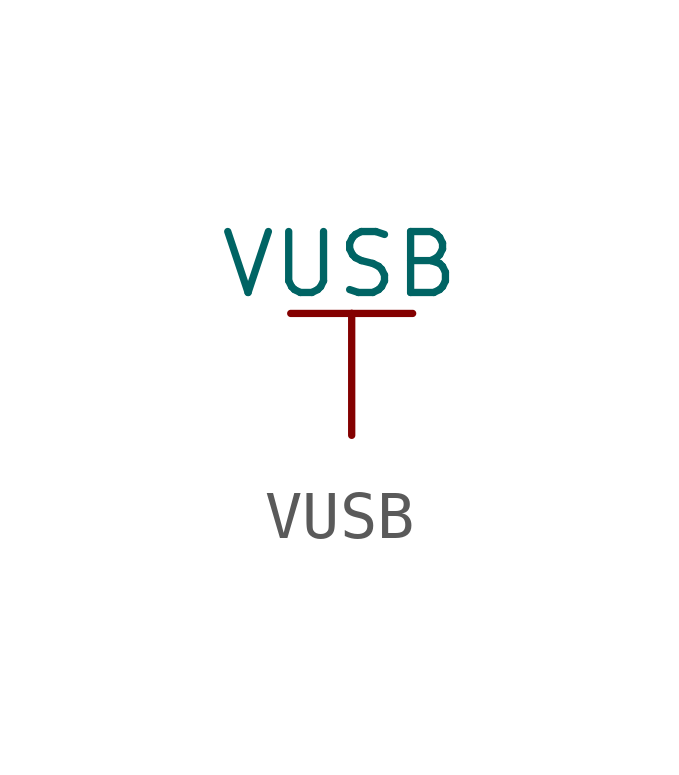
<source format=kicad_sym>
(kicad_symbol_lib
  (version 20211014)
  (generator kicad_symbol_editor)
  (symbol "VUSB"
    (power)
    (pin_names
      (offset 0))
    (property "Reference" "#PWR"
      (at 0 -3.81 0)
      (effects (font (size 1.27 1.27)) hide))
    (property "Value" "VUSB"
      (at -0.254 3.556 0)
      (effects (font (size 1.27 1.27))))
    (property "Footprint" ""
      (at 0 0 0)
      (effects (font (size 1.27 1.27))))
    (property "Datasheet" ""
      (at 0 0 0)
      (effects (font (size 1.27 1.27))))
    (symbol "VUSB_0_1"
      (polyline (pts (xy -1.27 2.54) (xy 0 2.54)) (stroke (width 0) (type default) (color 0 0 0 0)) (fill (type none)))
      (polyline (pts (xy 0 0) (xy 0 2.54)) (stroke (width 0) (type default) (color 0 0 0 0)) (fill (type none)))
      (polyline (pts (xy 0 2.54) (xy 1.27 2.54)) (stroke (width 0) (type default) (color 0 0 0 0)) (fill (type none))))
    (symbol "VUSB_1_1"
      (pin power_in line (at 0 0 90) (length 0) hide (name "VUSB" (effects (font (size 1.27 1.27)))) (number "1" (effects (font (size 1.27 1.27))))))))
</source>
